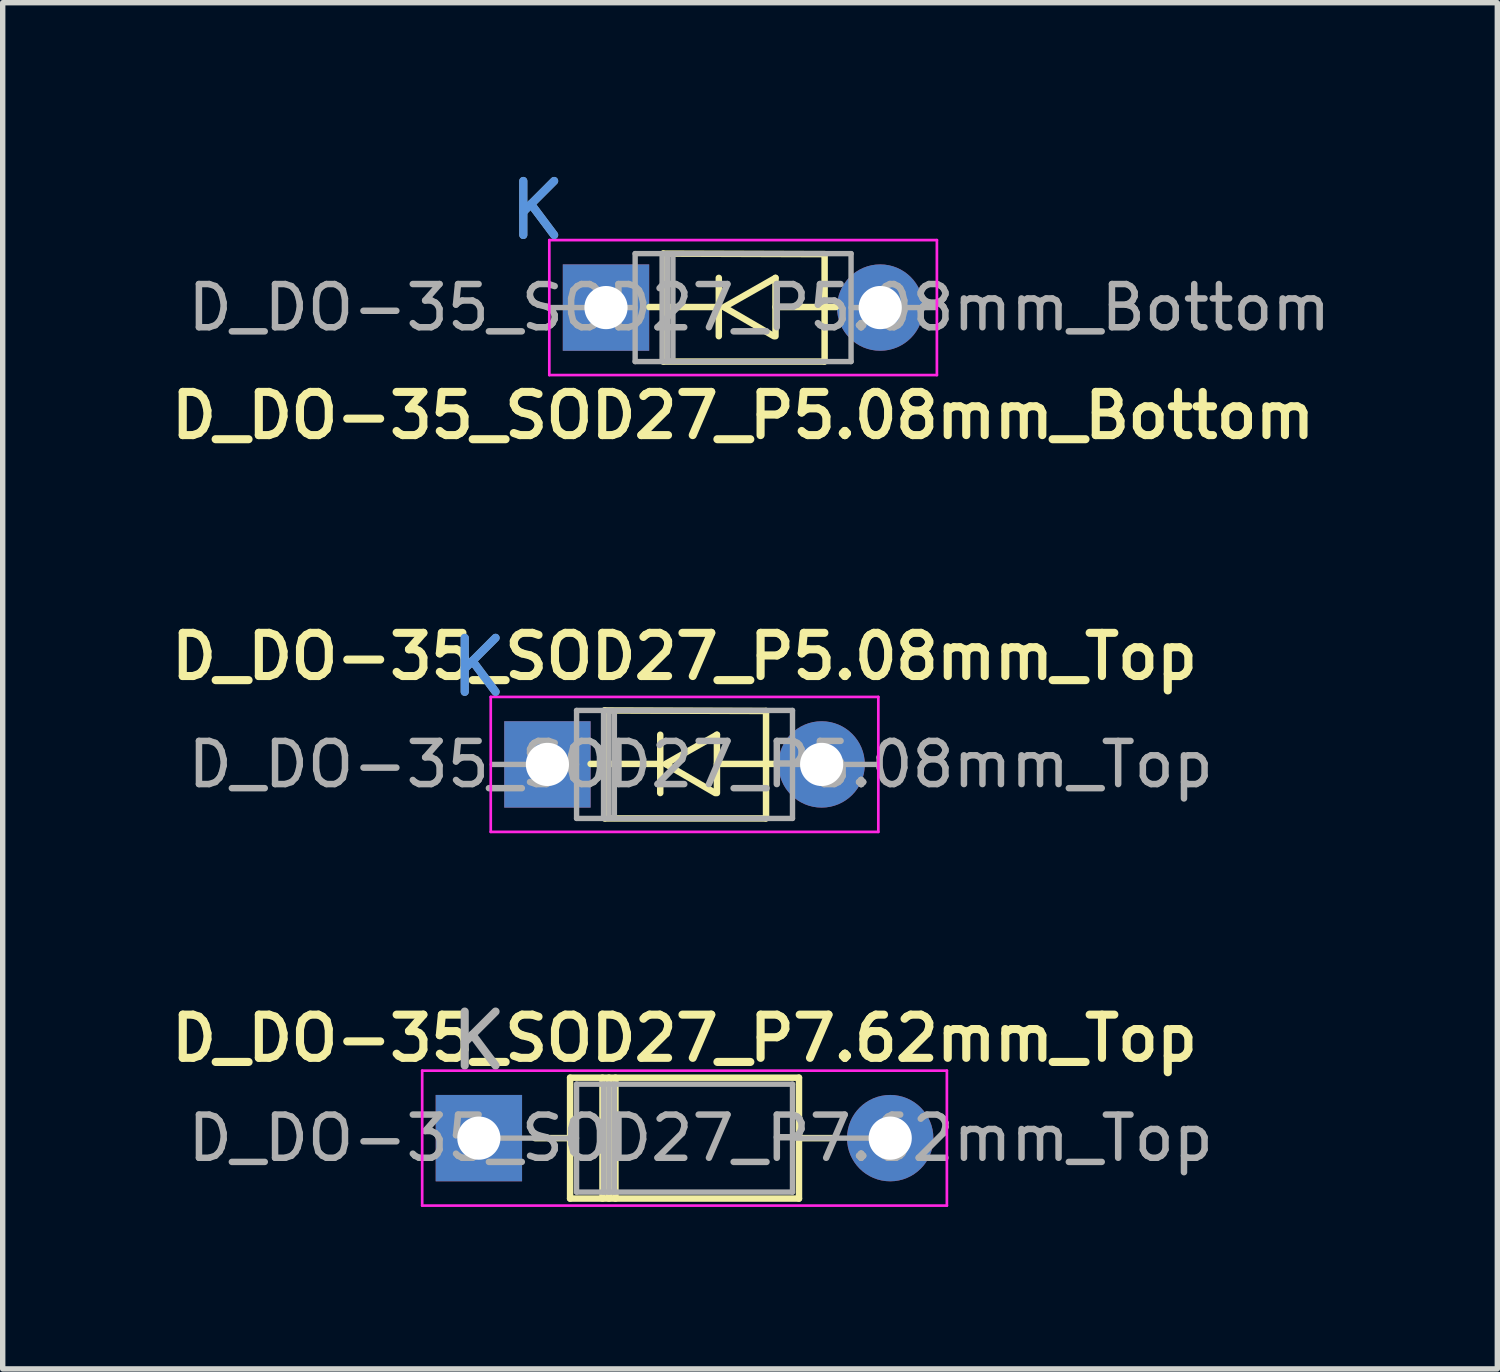
<source format=kicad_pcb>
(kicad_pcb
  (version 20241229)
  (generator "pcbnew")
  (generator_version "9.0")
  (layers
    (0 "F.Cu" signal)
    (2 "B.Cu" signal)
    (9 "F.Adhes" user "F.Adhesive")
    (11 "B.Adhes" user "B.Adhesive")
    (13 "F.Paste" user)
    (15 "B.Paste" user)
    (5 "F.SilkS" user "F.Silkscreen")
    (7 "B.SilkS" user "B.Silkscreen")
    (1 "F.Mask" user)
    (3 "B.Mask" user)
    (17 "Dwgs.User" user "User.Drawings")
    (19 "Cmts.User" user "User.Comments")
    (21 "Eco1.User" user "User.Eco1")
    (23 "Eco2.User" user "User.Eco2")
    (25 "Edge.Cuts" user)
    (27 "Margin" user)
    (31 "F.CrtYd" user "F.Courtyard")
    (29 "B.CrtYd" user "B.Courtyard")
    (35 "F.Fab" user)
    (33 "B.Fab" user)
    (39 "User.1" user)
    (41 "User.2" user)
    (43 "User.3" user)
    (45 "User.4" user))
  (footprint "D_DO-35_SOD27_P7.62mm_Top"
    (layer "F.Cu")
    (at 5.821 18.034)
    (property "Reference" "D_DO-35_SOD27_P7.62mm_Top" (at 3.81 -1.85 0) (layer "F.SilkS") (effects (font (size 0.8 0.8) (thickness 0.15))))
    (attr through_hole)
    (fp_line (start 1.04 0) (end 1.69 0) (stroke (width 0.12) (type solid)) (layer "F.SilkS"))
    (fp_line (start 1.69 -1.12) (end 1.69 1.12) (stroke (width 0.12) (type solid)) (layer "F.SilkS"))
    (fp_line (start 1.69 1.12) (end 5.93 1.12) (stroke (width 0.12) (type solid)) (layer "F.SilkS"))
    (fp_line (start 2.29 -1.12) (end 2.29 1.12) (stroke (width 0.12) (type solid)) (layer "F.SilkS"))
    (fp_line (start 2.41 -1.12) (end 2.41 1.12) (stroke (width 0.12) (type solid)) (layer "F.SilkS"))
    (fp_line (start 2.53 -1.12) (end 2.53 1.12) (stroke (width 0.12) (type solid)) (layer "F.SilkS"))
    (fp_line (start 5.93 -1.12) (end 1.69 -1.12) (stroke (width 0.12) (type solid)) (layer "F.SilkS"))
    (fp_line (start 5.93 1.12) (end 5.93 -1.12) (stroke (width 0.12) (type solid)) (layer "F.SilkS"))
    (fp_line (start 6.58 0) (end 5.93 0) (stroke (width 0.12) (type solid)) (layer "F.SilkS"))
    (fp_line (start -1.05 -1.25) (end -1.05 1.25) (stroke (width 0.05) (type solid)) (layer "F.CrtYd"))
    (fp_line (start -1.05 1.25) (end 8.67 1.25) (stroke (width 0.05) (type solid)) (layer "F.CrtYd"))
    (fp_line (start 8.67 -1.25) (end -1.05 -1.25) (stroke (width 0.05) (type solid)) (layer "F.CrtYd"))
    (fp_line (start 8.67 1.25) (end 8.67 -1.25) (stroke (width 0.05) (type solid)) (layer "F.CrtYd"))
    (fp_line (start 0 0) (end 1.81 0) (stroke (width 0.1) (type solid)) (layer "F.Fab"))
    (fp_line (start 1.81 -1) (end 1.81 1) (stroke (width 0.1) (type solid)) (layer "F.Fab"))
    (fp_line (start 1.81 1) (end 5.81 1) (stroke (width 0.1) (type solid)) (layer "F.Fab"))
    (fp_line (start 2.31 -1) (end 2.31 1) (stroke (width 0.1) (type solid)) (layer "F.Fab"))
    (fp_line (start 2.41 -1) (end 2.41 1) (stroke (width 0.1) (type solid)) (layer "F.Fab"))
    (fp_line (start 2.51 -1) (end 2.51 1) (stroke (width 0.1) (type solid)) (layer "F.Fab"))
    (fp_line (start 5.81 -1) (end 1.81 -1) (stroke (width 0.1) (type solid)) (layer "F.Fab"))
    (fp_line (start 5.81 1) (end 5.81 -1) (stroke (width 0.1) (type solid)) (layer "F.Fab"))
    (fp_line (start 7.62 0) (end 5.81 0) (stroke (width 0.1) (type solid)) (layer "F.Fab"))
    (fp_text user "K" (at 0 -1.8 180) (layer "F.Fab") (effects (font (size 1 1) (thickness 0.15))))
    (fp_text user "${REFERENCE}" (at 4.11 0 180) (layer "F.Fab") (effects (font (size 0.8 0.8) (thickness 0.12))))
    (pad "1" thru_hole rect (at 0 0) (size 1.6 1.6) (drill 0.8) (layers "*.Cu" "*.Mask"))
    (pad "2" thru_hole oval (at 7.62 0) (size 1.6 1.6) (drill 0.8) (layers "*.Cu" "*.Mask")))
  (footprint "D_DO-35_SOD27_P5.08mm_Top"
    (layer "F.Cu")
    (at 5.821 11.111)
    (property "Reference" "D_DO-35_SOD27_P5.08mm_Top" (at 3.81 -2 180) (layer "F.SilkS") (effects (font (size 0.8 0.8) (thickness 0.15))))
    (attr through_hole)
    (fp_line (start 2.07 -0.01) (end 3.35 -0.01) (stroke (width 0.12) (type solid)) (layer "F.SilkS"))
    (fp_line (start 2.33 -1) (end 5.32 -0.99) (stroke (width 0.12) (type solid)) (layer "F.SilkS"))
    (fp_line (start 2.33 1) (end 2.33 -1) (stroke (width 0.12) (type solid)) (layer "F.SilkS"))
    (fp_line (start 2.34 1) (end 5.31 1) (stroke (width 0.12) (type solid)) (layer "F.SilkS"))
    (fp_line (start 3.36 0.53) (end 3.36 -0.55) (stroke (width 0.12) (type solid)) (layer "F.SilkS"))
    (fp_line (start 3.46 -0.01) (end 4.41 -0.55) (stroke (width 0.12) (type solid)) (layer "F.SilkS"))
    (fp_line (start 3.47 0) (end 4.38 0.53) (stroke (width 0.12) (type solid)) (layer "F.SilkS"))
    (fp_line (start 4.41 0.53) (end 4.41 -0.55) (stroke (width 0.12) (type solid)) (layer "F.SilkS"))
    (fp_line (start 5.32 1) (end 5.32 -0.99) (stroke (width 0.12) (type solid)) (layer "F.SilkS"))
    (fp_line (start 5.53 -0.01) (end 4.41 -0.01) (stroke (width 0.12) (type solid)) (layer "F.SilkS"))
    (fp_line (start 0.22 -1.25) (end 0.22 1.25) (stroke (width 0.05) (type solid)) (layer "F.CrtYd"))
    (fp_line (start 0.22 1.25) (end 7.4 1.25) (stroke (width 0.05) (type solid)) (layer "F.CrtYd"))
    (fp_line (start 7.4 -1.25) (end 0.22 -1.25) (stroke (width 0.05) (type solid)) (layer "F.CrtYd"))
    (fp_line (start 7.4 1.25) (end 7.4 -1.25) (stroke (width 0.05) (type solid)) (layer "F.CrtYd"))
    (fp_line (start 0.25 0) (end 1.81 0) (stroke (width 0.1) (type solid)) (layer "F.Fab"))
    (fp_line (start 1.81 -1) (end 1.81 1) (stroke (width 0.1) (type solid)) (layer "F.Fab"))
    (fp_line (start 1.81 1) (end 5.81 1) (stroke (width 0.1) (type solid)) (layer "F.Fab"))
    (fp_line (start 2.31 -1) (end 2.31 1) (stroke (width 0.1) (type solid)) (layer "F.Fab"))
    (fp_line (start 2.41 -1) (end 2.41 1) (stroke (width 0.1) (type solid)) (layer "F.Fab"))
    (fp_line (start 2.51 -1) (end 2.51 1) (stroke (width 0.1) (type solid)) (layer "F.Fab"))
    (fp_line (start 5.81 -1) (end 1.81 -1) (stroke (width 0.1) (type solid)) (layer "F.Fab"))
    (fp_line (start 5.81 1) (end 5.81 -1) (stroke (width 0.1) (type solid)) (layer "F.Fab"))
    (fp_line (start 7.37 0) (end 5.81 0) (stroke (width 0.1) (type solid)) (layer "F.Fab"))
    (fp_text user "K" (at 0 -1.8 180) (layer "Cmts.User") (effects (font (size 1 1) (thickness 0.15))))
    (fp_text user "${REFERENCE}" (at 4.11 0 180) (layer "F.Fab") (effects (font (size 0.8 0.8) (thickness 0.12))))
    (fp_text user "K" (at 0 -1.8 180) (layer "F.Fab") (effects (font (size 1 1) (thickness 0.15))))
    (pad "1" thru_hole rect (at 1.27 0) (size 1.6 1.6) (drill 0.8) (layers "*.Cu" "*.Mask"))
    (pad "2" thru_hole oval (at 6.35 0) (size 1.6 1.6) (drill 0.8) (layers "*.Cu" "*.Mask")))
  (footprint "D_DO-35_SOD27_P5.08mm_Bottom"
    (layer "F.Cu")
    (at 6.906 2.648)
    (property "Reference" "D_DO-35_SOD27_P5.08mm_Bottom" (at 3.81 2 180) (layer "F.SilkS") (effects (font (size 0.8 0.8) (thickness 0.15))))
    (attr through_hole)
    (fp_line (start 2.07 -0.01) (end 3.35 -0.01) (stroke (width 0.12) (type solid)) (layer "F.SilkS"))
    (fp_line (start 2.33 -1) (end 5.32 -0.99) (stroke (width 0.12) (type solid)) (layer "F.SilkS"))
    (fp_line (start 2.33 1) (end 2.33 -1) (stroke (width 0.12) (type solid)) (layer "F.SilkS"))
    (fp_line (start 2.34 1) (end 5.31 1) (stroke (width 0.12) (type solid)) (layer "F.SilkS"))
    (fp_line (start 3.36 0.53) (end 3.36 -0.55) (stroke (width 0.12) (type solid)) (layer "F.SilkS"))
    (fp_line (start 3.46 -0.01) (end 4.41 -0.55) (stroke (width 0.12) (type solid)) (layer "F.SilkS"))
    (fp_line (start 3.47 0) (end 4.38 0.53) (stroke (width 0.12) (type solid)) (layer "F.SilkS"))
    (fp_line (start 4.41 0.53) (end 4.41 -0.55) (stroke (width 0.12) (type solid)) (layer "F.SilkS"))
    (fp_line (start 5.32 1) (end 5.32 -0.99) (stroke (width 0.12) (type solid)) (layer "F.SilkS"))
    (fp_line (start 5.53 -0.01) (end 4.41 -0.01) (stroke (width 0.12) (type solid)) (layer "F.SilkS"))
    (fp_line (start 0.22 -1.25) (end 0.22 1.25) (stroke (width 0.05) (type solid)) (layer "F.CrtYd"))
    (fp_line (start 0.22 1.25) (end 7.4 1.25) (stroke (width 0.05) (type solid)) (layer "F.CrtYd"))
    (fp_line (start 7.4 -1.25) (end 0.22 -1.25) (stroke (width 0.05) (type solid)) (layer "F.CrtYd"))
    (fp_line (start 7.4 1.25) (end 7.4 -1.25) (stroke (width 0.05) (type solid)) (layer "F.CrtYd"))
    (fp_line (start 0.25 0) (end 1.81 0) (stroke (width 0.1) (type solid)) (layer "F.Fab"))
    (fp_line (start 1.81 -1) (end 1.81 1) (stroke (width 0.1) (type solid)) (layer "F.Fab"))
    (fp_line (start 1.81 1) (end 5.81 1) (stroke (width 0.1) (type solid)) (layer "F.Fab"))
    (fp_line (start 2.31 -1) (end 2.31 1) (stroke (width 0.1) (type solid)) (layer "F.Fab"))
    (fp_line (start 2.41 -1) (end 2.41 1) (stroke (width 0.1) (type solid)) (layer "F.Fab"))
    (fp_line (start 2.51 -1) (end 2.51 1) (stroke (width 0.1) (type solid)) (layer "F.Fab"))
    (fp_line (start 5.81 -1) (end 1.81 -1) (stroke (width 0.1) (type solid)) (layer "F.Fab"))
    (fp_line (start 5.81 1) (end 5.81 -1) (stroke (width 0.1) (type solid)) (layer "F.Fab"))
    (fp_line (start 7.37 0) (end 5.81 0) (stroke (width 0.1) (type solid)) (layer "F.Fab"))
    (fp_text user "K" (at 0 -1.8 180) (layer "Cmts.User") (effects (font (size 1 1) (thickness 0.15))))
    (fp_text user "K" (at 0 -1.8 180) (layer "F.Fab") (effects (font (size 1 1) (thickness 0.15))))
    (fp_text user "${REFERENCE}" (at 4.11 0 180) (layer "F.Fab") (effects (font (size 0.8 0.8) (thickness 0.12))))
    (pad "1" thru_hole rect (at 1.27 0) (size 1.6 1.6) (drill 0.8) (layers "*.Cu" "*.Mask"))
    (pad "2" thru_hole oval (at 6.35 0) (size 1.6 1.6) (drill 0.8) (layers "*.Cu" "*.Mask")))
  (gr_rect
    (start -3 -3)
    (end 24.688 22.309)
    (stroke (width 0.1) (type default))
    (fill no)
    (layer "Edge.Cuts")))
</source>
